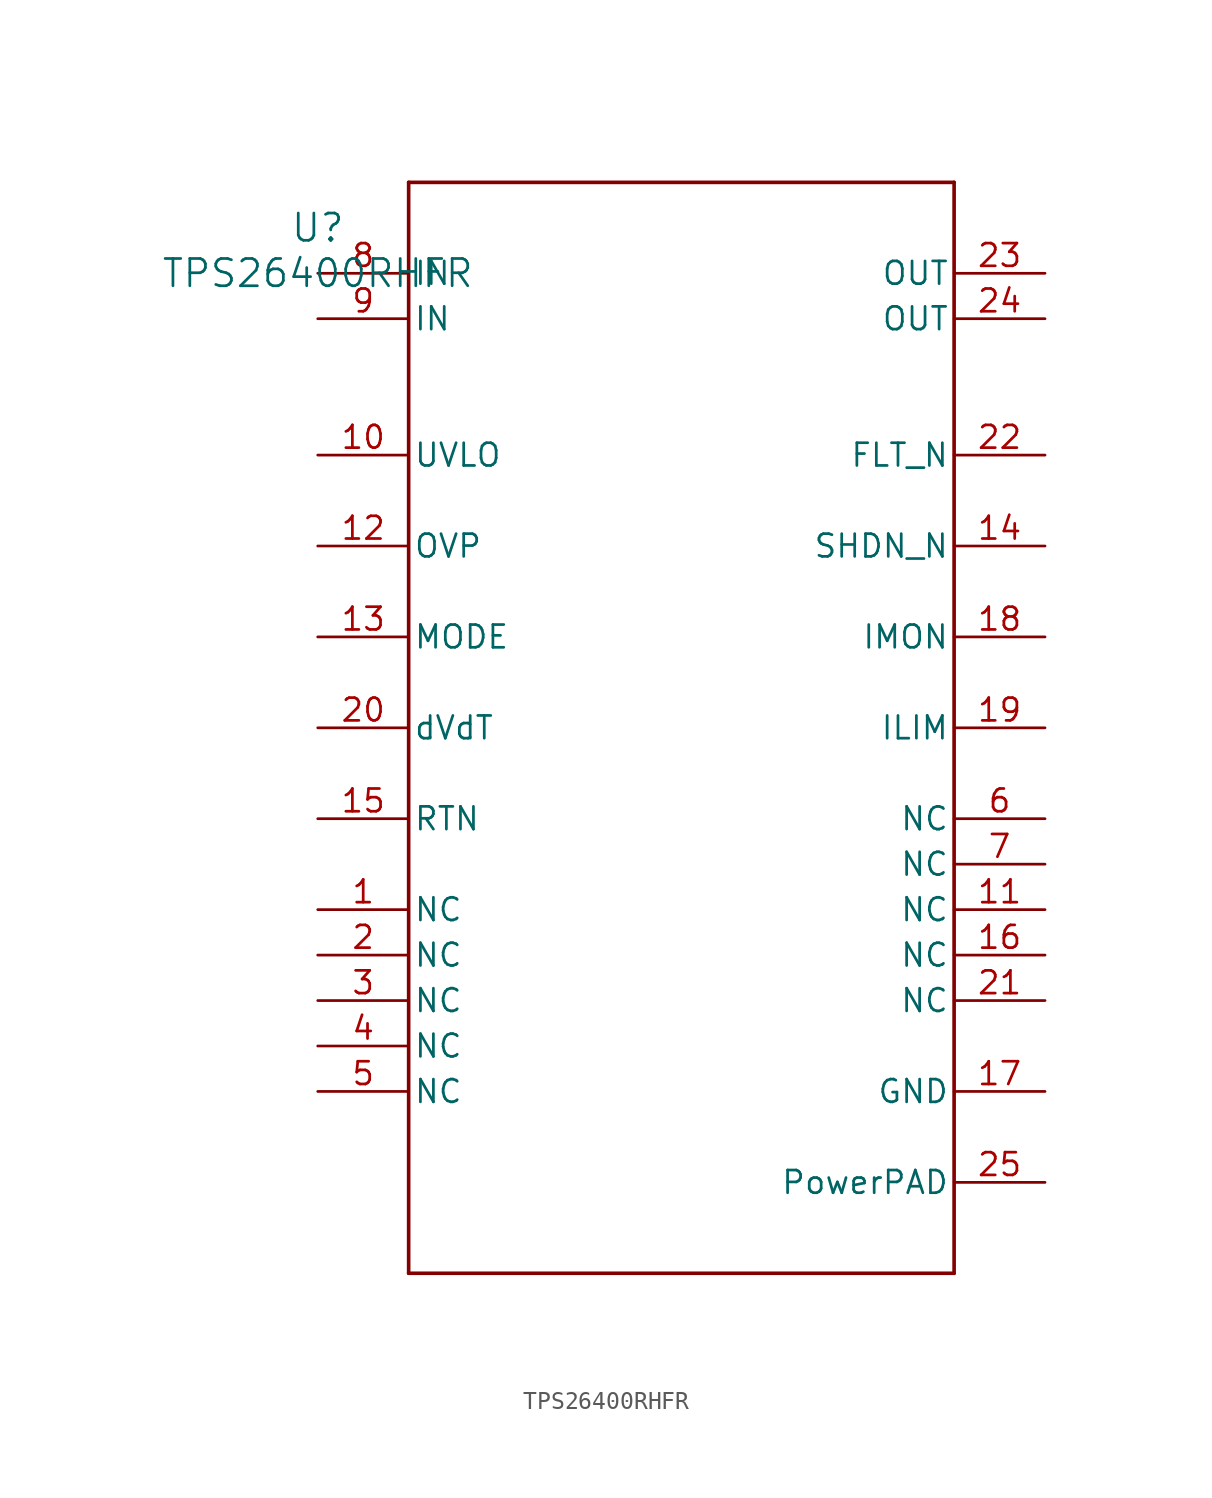
<source format=kicad_sym>
(kicad_symbol_lib
  (version 20211014)
  (generator kicad_symbol_editor)
  (symbol "TPS26400RHFR"
    (pin_names
      (offset 0.254))
    (property "Reference" "U"
      (at 0 2.54 0)
      (effects (font (size 1.524 1.524))))
    (property "Value" "TPS26400RHFR"
      (at 0 0 0)
      (effects (font (size 1.524 1.524))))
    (symbol "TPS26400RHFR_0_1"
      (polyline (pts (xy 5.08 -55.88) (xy 35.56 -55.88)) (stroke (width 0.203) (type default) (color 0 0 0 0)) (fill (type none)))
      (polyline (pts (xy 35.56 -55.88) (xy 35.56 5.08)) (stroke (width 0.203) (type default) (color 0 0 0 0)) (fill (type none)))
      (polyline (pts (xy 35.56 5.08) (xy 5.08 5.08)) (stroke (width 0.203) (type default) (color 0 0 0 0)) (fill (type none)))
      (polyline (pts (xy 5.08 5.08) (xy 5.08 -55.88)) (stroke (width 0.203) (type default) (color 0 0 0 0)) (fill (type none)))
      (pin unspecified line (at 0 -35.56 0) (length 5.08) (name "NC" (effects (font (size 1.27 1.27)))) (number "1" (effects (font (size 1.27 1.27)))))
      (pin unspecified line (at 0 -38.1 0) (length 5.08) (name "NC" (effects (font (size 1.27 1.27)))) (number "2" (effects (font (size 1.27 1.27)))))
      (pin unspecified line (at 0 -40.64 0) (length 5.08) (name "NC" (effects (font (size 1.27 1.27)))) (number "3" (effects (font (size 1.27 1.27)))))
      (pin unspecified line (at 0 -43.18 0) (length 5.08) (name "NC" (effects (font (size 1.27 1.27)))) (number "4" (effects (font (size 1.27 1.27)))))
      (pin unspecified line (at 0 -45.72 0) (length 5.08) (name "NC" (effects (font (size 1.27 1.27)))) (number "5" (effects (font (size 1.27 1.27)))))
      (pin unspecified line (at 40.64 -30.48 180) (length 5.08) (name "NC" (effects (font (size 1.27 1.27)))) (number "6" (effects (font (size 1.27 1.27)))))
      (pin unspecified line (at 40.64 -33.02 180) (length 5.08) (name "NC" (effects (font (size 1.27 1.27)))) (number "7" (effects (font (size 1.27 1.27)))))
      (pin power_in line (at 0 0 0) (length 5.08) (name "IN" (effects (font (size 1.27 1.27)))) (number "8" (effects (font (size 1.27 1.27)))))
      (pin power_in line (at 0 -2.54 0) (length 5.08) (name "IN" (effects (font (size 1.27 1.27)))) (number "9" (effects (font (size 1.27 1.27)))))
      (pin unspecified line (at 0 -10.16 0) (length 5.08) (name "UVLO" (effects (font (size 1.27 1.27)))) (number "10" (effects (font (size 1.27 1.27)))))
      (pin unspecified line (at 40.64 -35.56 180) (length 5.08) (name "NC" (effects (font (size 1.27 1.27)))) (number "11" (effects (font (size 1.27 1.27)))))
      (pin unspecified line (at 0 -15.24 0) (length 5.08) (name "OVP" (effects (font (size 1.27 1.27)))) (number "12" (effects (font (size 1.27 1.27)))))
      (pin unspecified line (at 0 -20.32 0) (length 5.08) (name "MODE" (effects (font (size 1.27 1.27)))) (number "13" (effects (font (size 1.27 1.27)))))
      (pin input line (at 40.64 -15.24 180) (length 5.08) (name "SHDN_N" (effects (font (size 1.27 1.27)))) (number "14" (effects (font (size 1.27 1.27)))))
      (pin unspecified line (at 0 -30.48 0) (length 5.08) (name "RTN" (effects (font (size 1.27 1.27)))) (number "15" (effects (font (size 1.27 1.27)))))
      (pin unspecified line (at 40.64 -38.1 180) (length 5.08) (name "NC" (effects (font (size 1.27 1.27)))) (number "16" (effects (font (size 1.27 1.27)))))
      (pin power_in line (at 40.64 -45.72 180) (length 5.08) (name "GND" (effects (font (size 1.27 1.27)))) (number "17" (effects (font (size 1.27 1.27)))))
      (pin unspecified line (at 40.64 -20.32 180) (length 5.08) (name "IMON" (effects (font (size 1.27 1.27)))) (number "18" (effects (font (size 1.27 1.27)))))
      (pin unspecified line (at 40.64 -25.4 180) (length 5.08) (name "ILIM" (effects (font (size 1.27 1.27)))) (number "19" (effects (font (size 1.27 1.27)))))
      (pin unspecified line (at 0 -25.4 0) (length 5.08) (name "dVdT" (effects (font (size 1.27 1.27)))) (number "20" (effects (font (size 1.27 1.27)))))
      (pin unspecified line (at 40.64 -40.64 180) (length 5.08) (name "NC" (effects (font (size 1.27 1.27)))) (number "21" (effects (font (size 1.27 1.27)))))
      (pin open_collector line (at 40.64 -10.16 180) (length 5.08) (name "FLT_N" (effects (font (size 1.27 1.27)))) (number "22" (effects (font (size 1.27 1.27)))))
      (pin power_in line (at 40.64 0 180) (length 5.08) (name "OUT" (effects (font (size 1.27 1.27)))) (number "23" (effects (font (size 1.27 1.27)))))
      (pin power_in line (at 40.64 -2.54 180) (length 5.08) (name "OUT" (effects (font (size 1.27 1.27)))) (number "24" (effects (font (size 1.27 1.27)))))
      (pin unspecified line (at 40.64 -50.8 180) (length 5.08) (name "PowerPAD" (effects (font (size 1.27 1.27)))) (number "25" (effects (font (size 1.27 1.27))))))))
</source>
